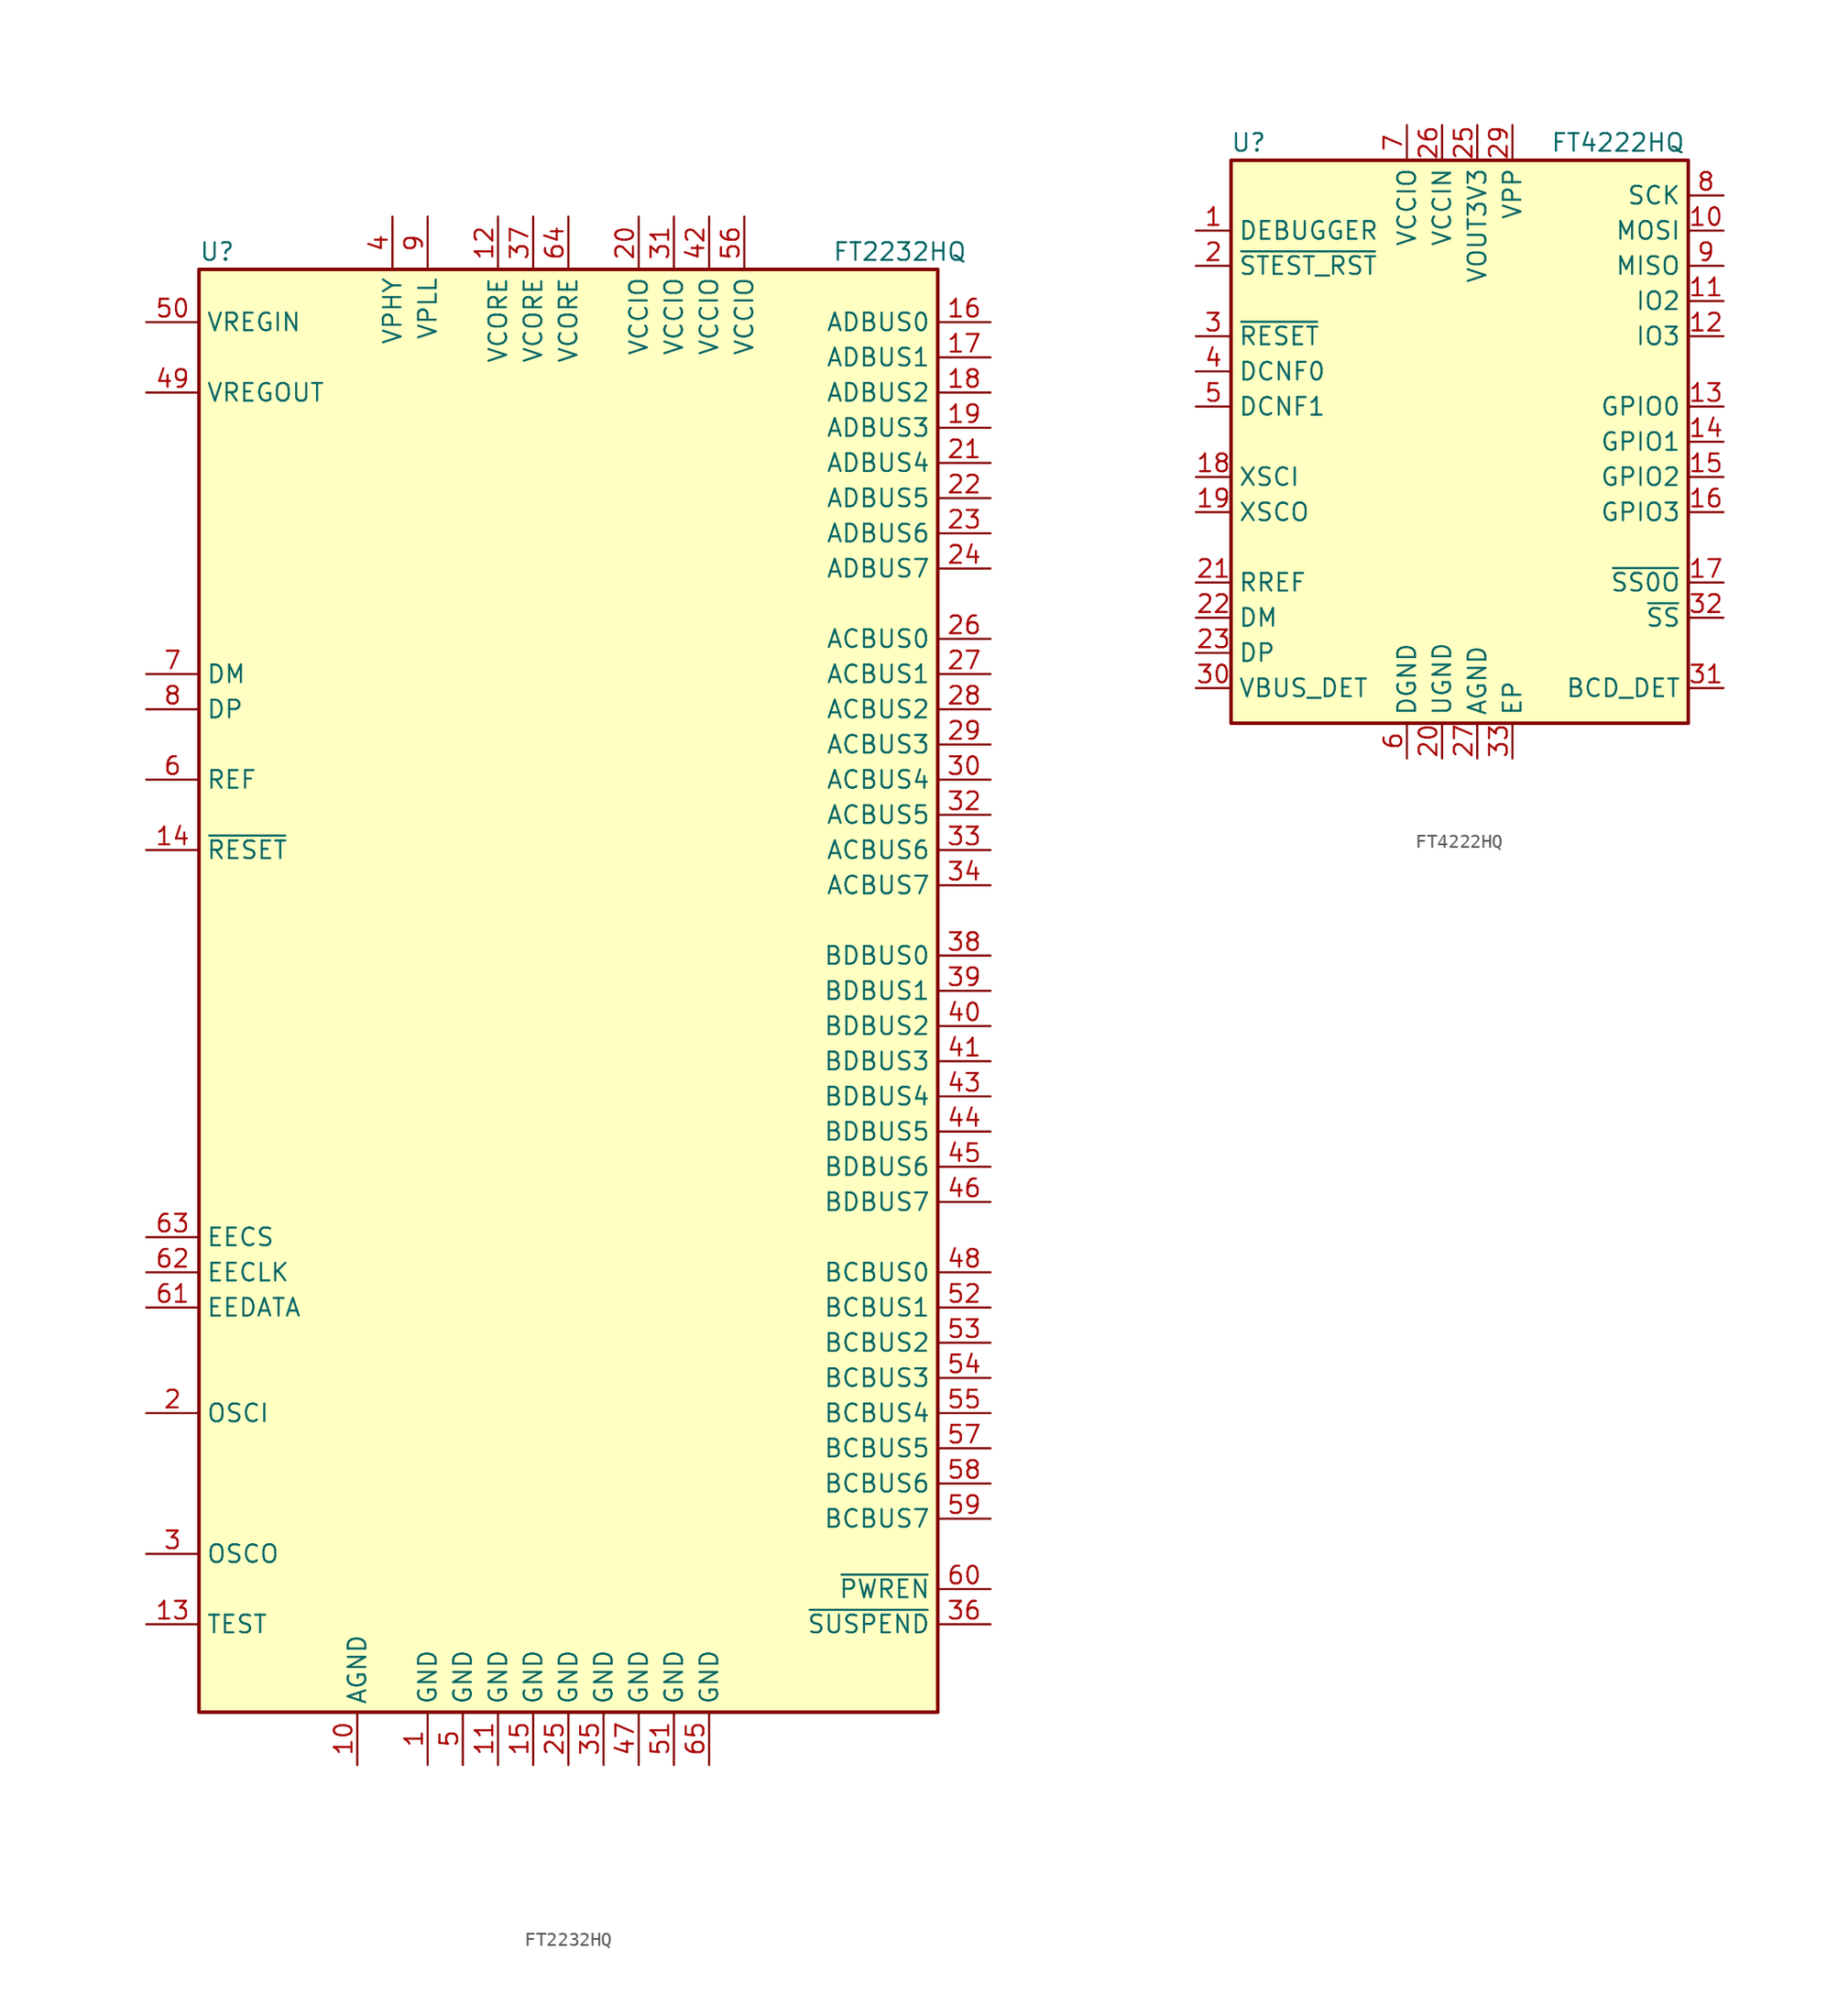
<source format=kicad_sym>
(kicad_symbol_lib
  (version 20241209)
  (generator "kicad_symbol_editor")
  (generator_version "9.0")
  (symbol "FT2232HQ"
    (property "Reference" "U"
      (at -26.67 53.34 0)
      (effects (font (size 1.27 1.27)) (justify left)))
    (property "Value" "FT2232HQ"
      (at 19.05 53.34 0)
      (effects (font (size 1.27 1.27)) (justify left)))
    (symbol "FT2232HQ_0_1"
      (rectangle (start -26.67 -52.07) (end 26.67 52.07) (stroke (width 0.254) (type default)) (fill (type background))))
    (symbol "FT2232HQ_1_1"
      (pin power_in line (at -30.48 48.26 0) (length 3.81) (name "VREGIN" (effects (font (size 1.27 1.27)))) (number "50" (effects (font (size 1.27 1.27)))))
      (pin power_out line (at -30.48 43.18 0) (length 3.81) (name "VREGOUT" (effects (font (size 1.27 1.27)))) (number "49" (effects (font (size 1.27 1.27)))))
      (pin bidirectional line (at -30.48 22.86 0) (length 3.81) (name "DM" (effects (font (size 1.27 1.27)))) (number "7" (effects (font (size 1.27 1.27)))))
      (pin bidirectional line (at -30.48 20.32 0) (length 3.81) (name "DP" (effects (font (size 1.27 1.27)))) (number "8" (effects (font (size 1.27 1.27)))))
      (pin output line (at -30.48 15.24 0) (length 3.81) (name "REF" (effects (font (size 1.27 1.27)))) (number "6" (effects (font (size 1.27 1.27)))))
      (pin input line (at -30.48 10.16 0) (length 3.81) (name "~{RESET}" (effects (font (size 1.27 1.27)))) (number "14" (effects (font (size 1.27 1.27)))))
      (pin output line (at -30.48 -17.78 0) (length 3.81) (name "EECS" (effects (font (size 1.27 1.27)))) (number "63" (effects (font (size 1.27 1.27)))))
      (pin output line (at -30.48 -20.32 0) (length 3.81) (name "EECLK" (effects (font (size 1.27 1.27)))) (number "62" (effects (font (size 1.27 1.27)))))
      (pin bidirectional line (at -30.48 -22.86 0) (length 3.81) (name "EEDATA" (effects (font (size 1.27 1.27)))) (number "61" (effects (font (size 1.27 1.27)))))
      (pin input line (at -30.48 -30.48 0) (length 3.81) (name "OSCI" (effects (font (size 1.27 1.27)))) (number "2" (effects (font (size 1.27 1.27)))))
      (pin output line (at -30.48 -40.64 0) (length 3.81) (name "OSCO" (effects (font (size 1.27 1.27)))) (number "3" (effects (font (size 1.27 1.27)))))
      (pin input line (at -30.48 -45.72 0) (length 3.81) (name "TEST" (effects (font (size 1.27 1.27)))) (number "13" (effects (font (size 1.27 1.27)))))
      (pin power_in line (at -15.24 -55.88 90) (length 3.81) (name "AGND" (effects (font (size 1.27 1.27)))) (number "10" (effects (font (size 1.27 1.27)))))
      (pin power_in line (at -12.7 55.88 270) (length 3.81) (name "VPHY" (effects (font (size 1.27 1.27)))) (number "4" (effects (font (size 1.27 1.27)))))
      (pin input line (at -10.16 55.88 270) (length 3.81) (name "VPLL" (effects (font (size 1.27 1.27)))) (number "9" (effects (font (size 1.27 1.27)))))
      (pin power_in line (at -10.16 -55.88 90) (length 3.81) (name "GND" (effects (font (size 1.27 1.27)))) (number "1" (effects (font (size 1.27 1.27)))))
      (pin power_in line (at -7.62 -55.88 90) (length 3.81) (name "GND" (effects (font (size 1.27 1.27)))) (number "5" (effects (font (size 1.27 1.27)))))
      (pin power_in line (at -5.08 55.88 270) (length 3.81) (name "VCORE" (effects (font (size 1.27 1.27)))) (number "12" (effects (font (size 1.27 1.27)))))
      (pin power_in line (at -5.08 -55.88 90) (length 3.81) (name "GND" (effects (font (size 1.27 1.27)))) (number "11" (effects (font (size 1.27 1.27)))))
      (pin power_in line (at -2.54 55.88 270) (length 3.81) (name "VCORE" (effects (font (size 1.27 1.27)))) (number "37" (effects (font (size 1.27 1.27)))))
      (pin power_in line (at -2.54 -55.88 90) (length 3.81) (name "GND" (effects (font (size 1.27 1.27)))) (number "15" (effects (font (size 1.27 1.27)))))
      (pin power_in line (at 0 55.88 270) (length 3.81) (name "VCORE" (effects (font (size 1.27 1.27)))) (number "64" (effects (font (size 1.27 1.27)))))
      (pin power_in line (at 0 -55.88 90) (length 3.81) (name "GND" (effects (font (size 1.27 1.27)))) (number "25" (effects (font (size 1.27 1.27)))))
      (pin power_in line (at 2.54 -55.88 90) (length 3.81) (name "GND" (effects (font (size 1.27 1.27)))) (number "35" (effects (font (size 1.27 1.27)))))
      (pin power_in line (at 5.08 55.88 270) (length 3.81) (name "VCCIO" (effects (font (size 1.27 1.27)))) (number "20" (effects (font (size 1.27 1.27)))))
      (pin power_in line (at 5.08 -55.88 90) (length 3.81) (name "GND" (effects (font (size 1.27 1.27)))) (number "47" (effects (font (size 1.27 1.27)))))
      (pin power_in line (at 7.62 55.88 270) (length 3.81) (name "VCCIO" (effects (font (size 1.27 1.27)))) (number "31" (effects (font (size 1.27 1.27)))))
      (pin power_in line (at 7.62 -55.88 90) (length 3.81) (name "GND" (effects (font (size 1.27 1.27)))) (number "51" (effects (font (size 1.27 1.27)))))
      (pin power_in line (at 10.16 55.88 270) (length 3.81) (name "VCCIO" (effects (font (size 1.27 1.27)))) (number "42" (effects (font (size 1.27 1.27)))))
      (pin power_in line (at 10.16 -55.88 90) (length 3.81) (name "GND" (effects (font (size 1.27 1.27)))) (number "65" (effects (font (size 1.27 1.27)))))
      (pin power_in line (at 12.7 55.88 270) (length 3.81) (name "VCCIO" (effects (font (size 1.27 1.27)))) (number "56" (effects (font (size 1.27 1.27)))))
      (pin bidirectional line (at 30.48 48.26 180) (length 3.81) (name "ADBUS0" (effects (font (size 1.27 1.27)))) (number "16" (effects (font (size 1.27 1.27)))))
      (pin bidirectional line (at 30.48 45.72 180) (length 3.81) (name "ADBUS1" (effects (font (size 1.27 1.27)))) (number "17" (effects (font (size 1.27 1.27)))))
      (pin bidirectional line (at 30.48 43.18 180) (length 3.81) (name "ADBUS2" (effects (font (size 1.27 1.27)))) (number "18" (effects (font (size 1.27 1.27)))))
      (pin bidirectional line (at 30.48 40.64 180) (length 3.81) (name "ADBUS3" (effects (font (size 1.27 1.27)))) (number "19" (effects (font (size 1.27 1.27)))))
      (pin bidirectional line (at 30.48 38.1 180) (length 3.81) (name "ADBUS4" (effects (font (size 1.27 1.27)))) (number "21" (effects (font (size 1.27 1.27)))))
      (pin bidirectional line (at 30.48 35.56 180) (length 3.81) (name "ADBUS5" (effects (font (size 1.27 1.27)))) (number "22" (effects (font (size 1.27 1.27)))))
      (pin bidirectional line (at 30.48 33.02 180) (length 3.81) (name "ADBUS6" (effects (font (size 1.27 1.27)))) (number "23" (effects (font (size 1.27 1.27)))))
      (pin bidirectional line (at 30.48 30.48 180) (length 3.81) (name "ADBUS7" (effects (font (size 1.27 1.27)))) (number "24" (effects (font (size 1.27 1.27)))))
      (pin bidirectional line (at 30.48 25.4 180) (length 3.81) (name "ACBUS0" (effects (font (size 1.27 1.27)))) (number "26" (effects (font (size 1.27 1.27)))))
      (pin bidirectional line (at 30.48 22.86 180) (length 3.81) (name "ACBUS1" (effects (font (size 1.27 1.27)))) (number "27" (effects (font (size 1.27 1.27)))))
      (pin bidirectional line (at 30.48 20.32 180) (length 3.81) (name "ACBUS2" (effects (font (size 1.27 1.27)))) (number "28" (effects (font (size 1.27 1.27)))))
      (pin bidirectional line (at 30.48 17.78 180) (length 3.81) (name "ACBUS3" (effects (font (size 1.27 1.27)))) (number "29" (effects (font (size 1.27 1.27)))))
      (pin bidirectional line (at 30.48 15.24 180) (length 3.81) (name "ACBUS4" (effects (font (size 1.27 1.27)))) (number "30" (effects (font (size 1.27 1.27)))))
      (pin bidirectional line (at 30.48 12.7 180) (length 3.81) (name "ACBUS5" (effects (font (size 1.27 1.27)))) (number "32" (effects (font (size 1.27 1.27)))))
      (pin bidirectional line (at 30.48 10.16 180) (length 3.81) (name "ACBUS6" (effects (font (size 1.27 1.27)))) (number "33" (effects (font (size 1.27 1.27)))))
      (pin bidirectional line (at 30.48 7.62 180) (length 3.81) (name "ACBUS7" (effects (font (size 1.27 1.27)))) (number "34" (effects (font (size 1.27 1.27)))))
      (pin bidirectional line (at 30.48 2.54 180) (length 3.81) (name "BDBUS0" (effects (font (size 1.27 1.27)))) (number "38" (effects (font (size 1.27 1.27)))))
      (pin bidirectional line (at 30.48 0 180) (length 3.81) (name "BDBUS1" (effects (font (size 1.27 1.27)))) (number "39" (effects (font (size 1.27 1.27)))))
      (pin bidirectional line (at 30.48 -2.54 180) (length 3.81) (name "BDBUS2" (effects (font (size 1.27 1.27)))) (number "40" (effects (font (size 1.27 1.27)))))
      (pin bidirectional line (at 30.48 -5.08 180) (length 3.81) (name "BDBUS3" (effects (font (size 1.27 1.27)))) (number "41" (effects (font (size 1.27 1.27)))))
      (pin bidirectional line (at 30.48 -7.62 180) (length 3.81) (name "BDBUS4" (effects (font (size 1.27 1.27)))) (number "43" (effects (font (size 1.27 1.27)))))
      (pin bidirectional line (at 30.48 -10.16 180) (length 3.81) (name "BDBUS5" (effects (font (size 1.27 1.27)))) (number "44" (effects (font (size 1.27 1.27)))))
      (pin bidirectional line (at 30.48 -12.7 180) (length 3.81) (name "BDBUS6" (effects (font (size 1.27 1.27)))) (number "45" (effects (font (size 1.27 1.27)))))
      (pin bidirectional line (at 30.48 -15.24 180) (length 3.81) (name "BDBUS7" (effects (font (size 1.27 1.27)))) (number "46" (effects (font (size 1.27 1.27)))))
      (pin bidirectional line (at 30.48 -20.32 180) (length 3.81) (name "BCBUS0" (effects (font (size 1.27 1.27)))) (number "48" (effects (font (size 1.27 1.27)))))
      (pin bidirectional line (at 30.48 -22.86 180) (length 3.81) (name "BCBUS1" (effects (font (size 1.27 1.27)))) (number "52" (effects (font (size 1.27 1.27)))))
      (pin bidirectional line (at 30.48 -25.4 180) (length 3.81) (name "BCBUS2" (effects (font (size 1.27 1.27)))) (number "53" (effects (font (size 1.27 1.27)))))
      (pin bidirectional line (at 30.48 -27.94 180) (length 3.81) (name "BCBUS3" (effects (font (size 1.27 1.27)))) (number "54" (effects (font (size 1.27 1.27)))))
      (pin bidirectional line (at 30.48 -30.48 180) (length 3.81) (name "BCBUS4" (effects (font (size 1.27 1.27)))) (number "55" (effects (font (size 1.27 1.27)))))
      (pin bidirectional line (at 30.48 -33.02 180) (length 3.81) (name "BCBUS5" (effects (font (size 1.27 1.27)))) (number "57" (effects (font (size 1.27 1.27)))))
      (pin bidirectional line (at 30.48 -35.56 180) (length 3.81) (name "BCBUS6" (effects (font (size 1.27 1.27)))) (number "58" (effects (font (size 1.27 1.27)))))
      (pin bidirectional line (at 30.48 -38.1 180) (length 3.81) (name "BCBUS7" (effects (font (size 1.27 1.27)))) (number "59" (effects (font (size 1.27 1.27)))))
      (pin output line (at 30.48 -43.18 180) (length 3.81) (name "~{PWREN}" (effects (font (size 1.27 1.27)))) (number "60" (effects (font (size 1.27 1.27)))))
      (pin output line (at 30.48 -45.72 180) (length 3.81) (name "~{SUSPEND}" (effects (font (size 1.27 1.27)))) (number "36" (effects (font (size 1.27 1.27)))))))
  (symbol "FT4222HQ"
    (property "Reference" "U"
      (at -16.51 21.59 0)
      (effects (font (size 1.27 1.27))))
    (property "Value" "FT4222HQ"
      (at 10.16 21.59 0)
      (effects (font (size 1.27 1.27))))
    (symbol "FT4222HQ_0_1"
      (rectangle (start 15.24 20.32) (end -17.78 -20.32) (stroke (width 0.254) (type default)) (fill (type background))))
    (symbol "FT4222HQ_1_1"
      (pin bidirectional line (at -20.32 15.24 0) (length 2.54) (name "DEBUGGER" (effects (font (size 1.27 1.27)))) (number "1" (effects (font (size 1.27 1.27)))))
      (pin input line (at -20.32 12.7 0) (length 2.54) (name "~{STEST_RST}" (effects (font (size 1.27 1.27)))) (number "2" (effects (font (size 1.27 1.27)))))
      (pin input line (at -20.32 7.62 0) (length 2.54) (name "~{RESET}" (effects (font (size 1.27 1.27)))) (number "3" (effects (font (size 1.27 1.27)))))
      (pin input line (at -20.32 5.08 0) (length 2.54) (name "DCNF0" (effects (font (size 1.27 1.27)))) (number "4" (effects (font (size 1.27 1.27)))))
      (pin input line (at -20.32 2.54 0) (length 2.54) (name "DCNF1" (effects (font (size 1.27 1.27)))) (number "5" (effects (font (size 1.27 1.27)))))
      (pin input line (at -20.32 -2.54 0) (length 2.54) (name "XSCI" (effects (font (size 1.27 1.27)))) (number "18" (effects (font (size 1.27 1.27)))))
      (pin output line (at -20.32 -5.08 0) (length 2.54) (name "XSCO" (effects (font (size 1.27 1.27)))) (number "19" (effects (font (size 1.27 1.27)))))
      (pin input line (at -20.32 -10.16 0) (length 2.54) (name "RREF" (effects (font (size 1.27 1.27)))) (number "21" (effects (font (size 1.27 1.27)))))
      (pin bidirectional line (at -20.32 -12.7 0) (length 2.54) (name "DM" (effects (font (size 1.27 1.27)))) (number "22" (effects (font (size 1.27 1.27)))))
      (pin bidirectional line (at -20.32 -15.24 0) (length 2.54) (name "DP" (effects (font (size 1.27 1.27)))) (number "23" (effects (font (size 1.27 1.27)))))
      (pin input line (at -20.32 -17.78 0) (length 2.54) (name "VBUS_DET" (effects (font (size 1.27 1.27)))) (number "30" (effects (font (size 1.27 1.27)))))
      (pin power_in line (at -5.08 22.86 270) (length 2.54) (name "VCCIO" (effects (font (size 1.27 1.27)))) (number "7" (effects (font (size 1.27 1.27)))))
      (pin passive line (at -5.08 -22.86 90) (length 2.54) (hide yes) (name "DGND" (effects (font (size 1.27 1.27)))) (number "28" (effects (font (size 1.27 1.27)))))
      (pin power_in line (at -5.08 -22.86 90) (length 2.54) (name "DGND" (effects (font (size 1.27 1.27)))) (number "6" (effects (font (size 1.27 1.27)))))
      (pin power_in line (at -2.54 22.86 270) (length 2.54) (name "VCCIN" (effects (font (size 1.27 1.27)))) (number "26" (effects (font (size 1.27 1.27)))))
      (pin power_in line (at -2.54 -22.86 90) (length 2.54) (name "UGND" (effects (font (size 1.27 1.27)))) (number "20" (effects (font (size 1.27 1.27)))))
      (pin passive line (at -2.54 -22.86 90) (length 2.54) (hide yes) (name "UGND" (effects (font (size 1.27 1.27)))) (number "24" (effects (font (size 1.27 1.27)))))
      (pin unspecified line (at 0 22.86 270) (length 2.54) (name "VOUT3V3" (effects (font (size 1.27 1.27)))) (number "25" (effects (font (size 1.27 1.27)))))
      (pin power_in line (at 0 -22.86 90) (length 2.54) (name "AGND" (effects (font (size 1.27 1.27)))) (number "27" (effects (font (size 1.27 1.27)))))
      (pin power_in line (at 2.54 22.86 270) (length 2.54) (name "VPP" (effects (font (size 1.27 1.27)))) (number "29" (effects (font (size 1.27 1.27)))))
      (pin power_in line (at 2.54 -22.86 90) (length 2.54) (name "EP" (effects (font (size 1.27 1.27)))) (number "33" (effects (font (size 1.27 1.27)))))
      (pin bidirectional line (at 17.78 17.78 180) (length 2.54) (name "SCK" (effects (font (size 1.27 1.27)))) (number "8" (effects (font (size 1.27 1.27)))))
      (pin bidirectional line (at 17.78 15.24 180) (length 2.54) (name "MOSI" (effects (font (size 1.27 1.27)))) (number "10" (effects (font (size 1.27 1.27)))))
      (pin bidirectional line (at 17.78 12.7 180) (length 2.54) (name "MISO" (effects (font (size 1.27 1.27)))) (number "9" (effects (font (size 1.27 1.27)))))
      (pin bidirectional line (at 17.78 10.16 180) (length 2.54) (name "IO2" (effects (font (size 1.27 1.27)))) (number "11" (effects (font (size 1.27 1.27)))))
      (pin bidirectional line (at 17.78 7.62 180) (length 2.54) (name "IO3" (effects (font (size 1.27 1.27)))) (number "12" (effects (font (size 1.27 1.27)))))
      (pin bidirectional line (at 17.78 2.54 180) (length 2.54) (name "GPIO0" (effects (font (size 1.27 1.27)))) (number "13" (effects (font (size 1.27 1.27)))))
      (pin bidirectional line (at 17.78 0 180) (length 2.54) (name "GPIO1" (effects (font (size 1.27 1.27)))) (number "14" (effects (font (size 1.27 1.27)))))
      (pin bidirectional line (at 17.78 -2.54 180) (length 2.54) (name "GPIO2" (effects (font (size 1.27 1.27)))) (number "15" (effects (font (size 1.27 1.27)))))
      (pin bidirectional line (at 17.78 -5.08 180) (length 2.54) (name "GPIO3" (effects (font (size 1.27 1.27)))) (number "16" (effects (font (size 1.27 1.27)))))
      (pin output line (at 17.78 -10.16 180) (length 2.54) (name "~{SS0O}" (effects (font (size 1.27 1.27)))) (number "17" (effects (font (size 1.27 1.27)))))
      (pin input line (at 17.78 -12.7 180) (length 2.54) (name "~{SS}" (effects (font (size 1.27 1.27)))) (number "32" (effects (font (size 1.27 1.27)))))
      (pin output line (at 17.78 -17.78 180) (length 2.54) (name "BCD_DET" (effects (font (size 1.27 1.27)))) (number "31" (effects (font (size 1.27 1.27))))))))
</source>
